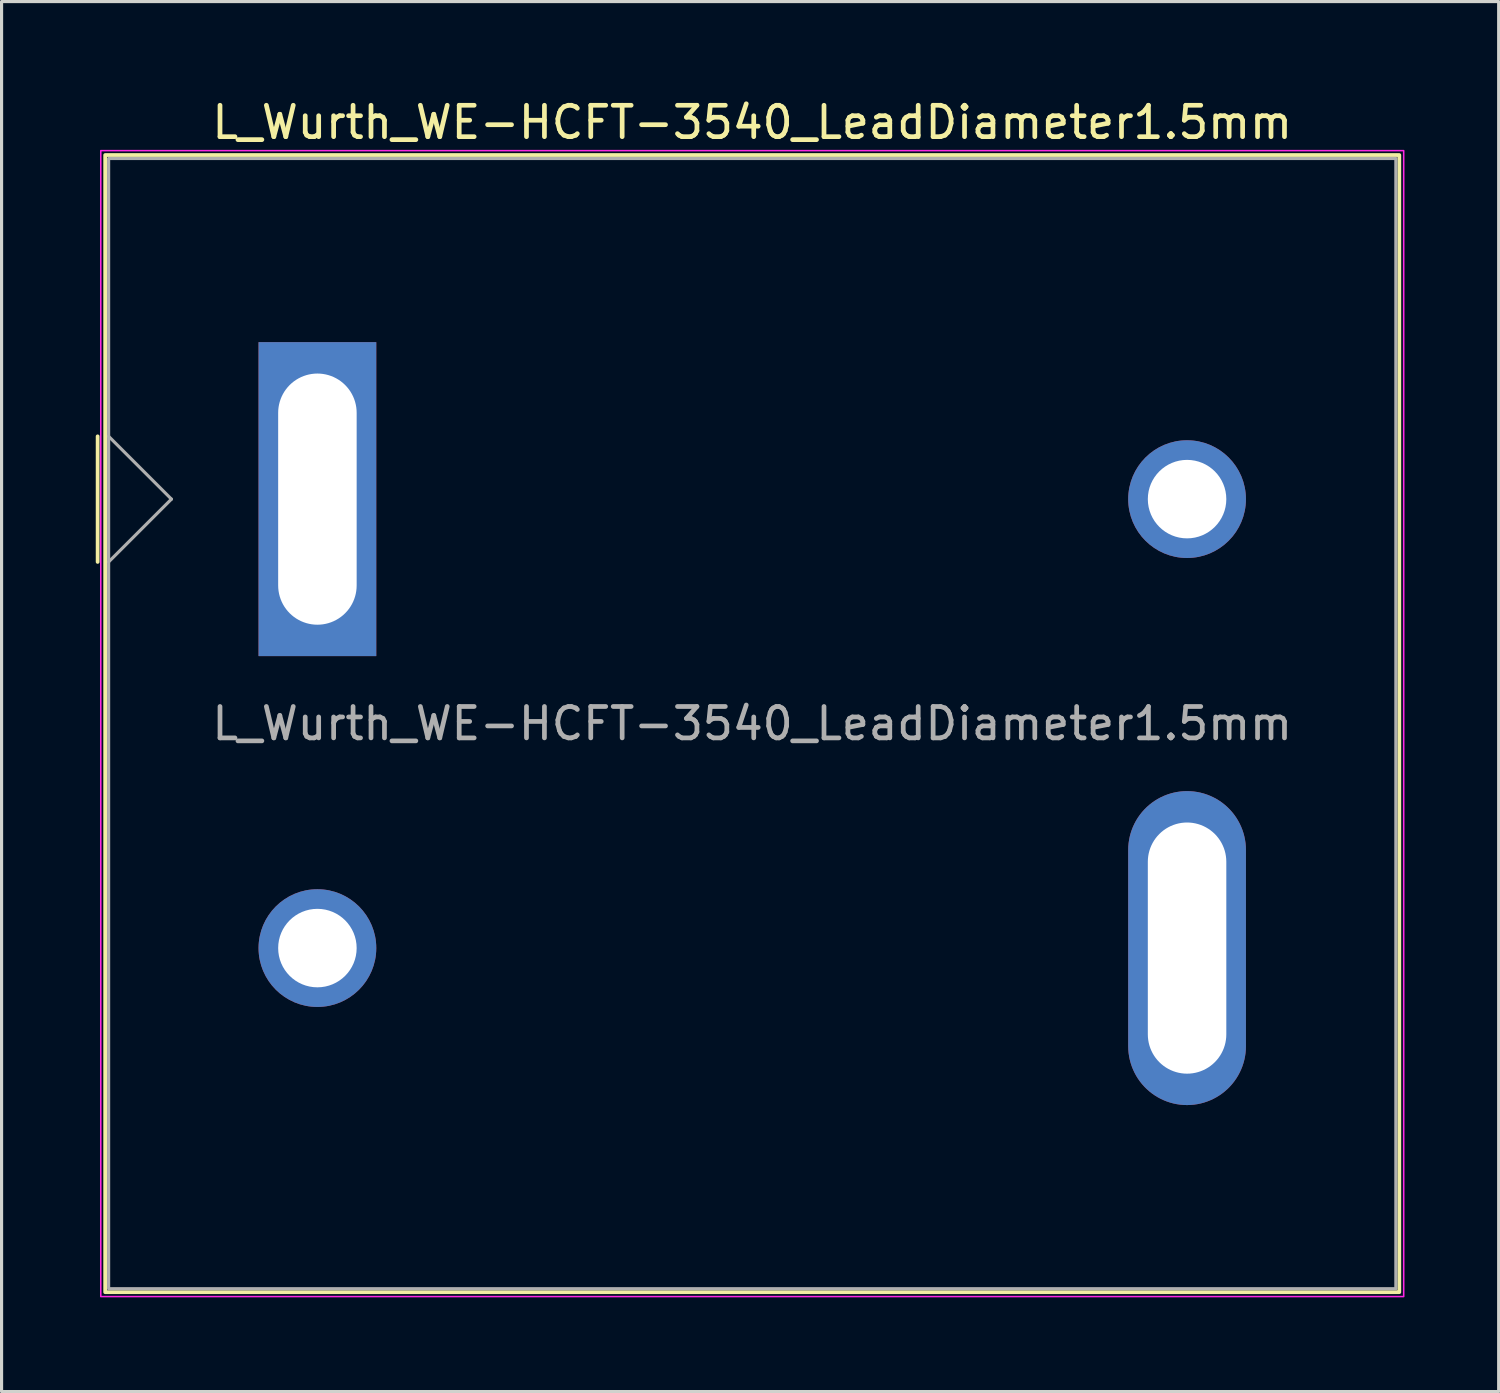
<source format=kicad_pcb>
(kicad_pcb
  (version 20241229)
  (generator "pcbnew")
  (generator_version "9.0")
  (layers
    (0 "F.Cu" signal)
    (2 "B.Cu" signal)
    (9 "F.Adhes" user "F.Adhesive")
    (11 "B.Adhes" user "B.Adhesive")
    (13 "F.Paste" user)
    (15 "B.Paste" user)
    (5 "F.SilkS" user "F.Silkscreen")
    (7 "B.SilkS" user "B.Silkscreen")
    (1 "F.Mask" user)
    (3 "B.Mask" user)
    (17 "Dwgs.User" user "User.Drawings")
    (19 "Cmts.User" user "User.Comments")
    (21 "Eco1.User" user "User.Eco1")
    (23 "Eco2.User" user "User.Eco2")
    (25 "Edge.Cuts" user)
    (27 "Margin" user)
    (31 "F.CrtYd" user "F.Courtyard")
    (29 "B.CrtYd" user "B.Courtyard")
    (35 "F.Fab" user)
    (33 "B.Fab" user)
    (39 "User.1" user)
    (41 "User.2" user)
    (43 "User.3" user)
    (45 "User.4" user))
  (footprint "L_Wurth_WE-HCFT-3540_LeadDiameter1.5mm"
    (layer "F.Cu")
    (at 7.06 12.848)
    (property "Reference" "L_Wurth_WE-HCFT-3540_LeadDiameter1.5mm" (at 13.85 -12 0) (unlocked yes) (layer "F.SilkS") (effects (font (size 1 1) (thickness 0.15))))
    (attr through_hole)
    (fp_line (start -7 2) (end -7 -2) (stroke (width 0.12) (type solid)) (layer "F.SilkS"))
    (fp_rect (start -6.76 -10.96) (end 34.46 25.26) (stroke (width 0.12) (type solid)) (fill no) (layer "F.SilkS"))
    (fp_rect (start -6.9 -11.1) (end 34.6 25.4) (stroke (width 0.05) (type solid)) (fill no) (layer "F.CrtYd"))
    (fp_line (start -6.65 -2) (end -4.65 0) (stroke (width 0.1) (type solid)) (layer "F.Fab"))
    (fp_line (start -4.65 0) (end -6.65 2) (stroke (width 0.1) (type solid)) (layer "F.Fab"))
    (fp_rect (start -6.65 -10.85) (end 34.35 25.15) (stroke (width 0.1) (type solid)) (fill no) (layer "F.Fab"))
    (fp_text user "${REFERENCE}" (at 13.85 7.15 0) (unlocked yes) (layer "F.Fab") (effects (font (size 1 1) (thickness 0.15))))
    (pad "" thru_hole circle (at 0 14.3) (size 3.75 3.75) (drill 2.5) (layers "*.Cu" "*.Mask"))
    (pad "" thru_hole circle (at 27.7 0) (size 3.75 3.75) (drill 2.5) (layers "*.Cu" "*.Mask"))
    (pad "1" thru_hole rect (at 0 0) (size 3.75 10) (drill oval 2.5 8) (layers "*.Cu" "*.Mask"))
    (pad "2" thru_hole oval (at 27.7 14.3) (size 3.75 10) (drill oval 2.5 8) (layers "*.Cu" "*.Mask")))
  (gr_rect
    (start -3 -3)
    (end 44.685 41.273)
    (stroke (width 0.1) (type default))
    (fill no)
    (layer "Edge.Cuts")))
</source>
